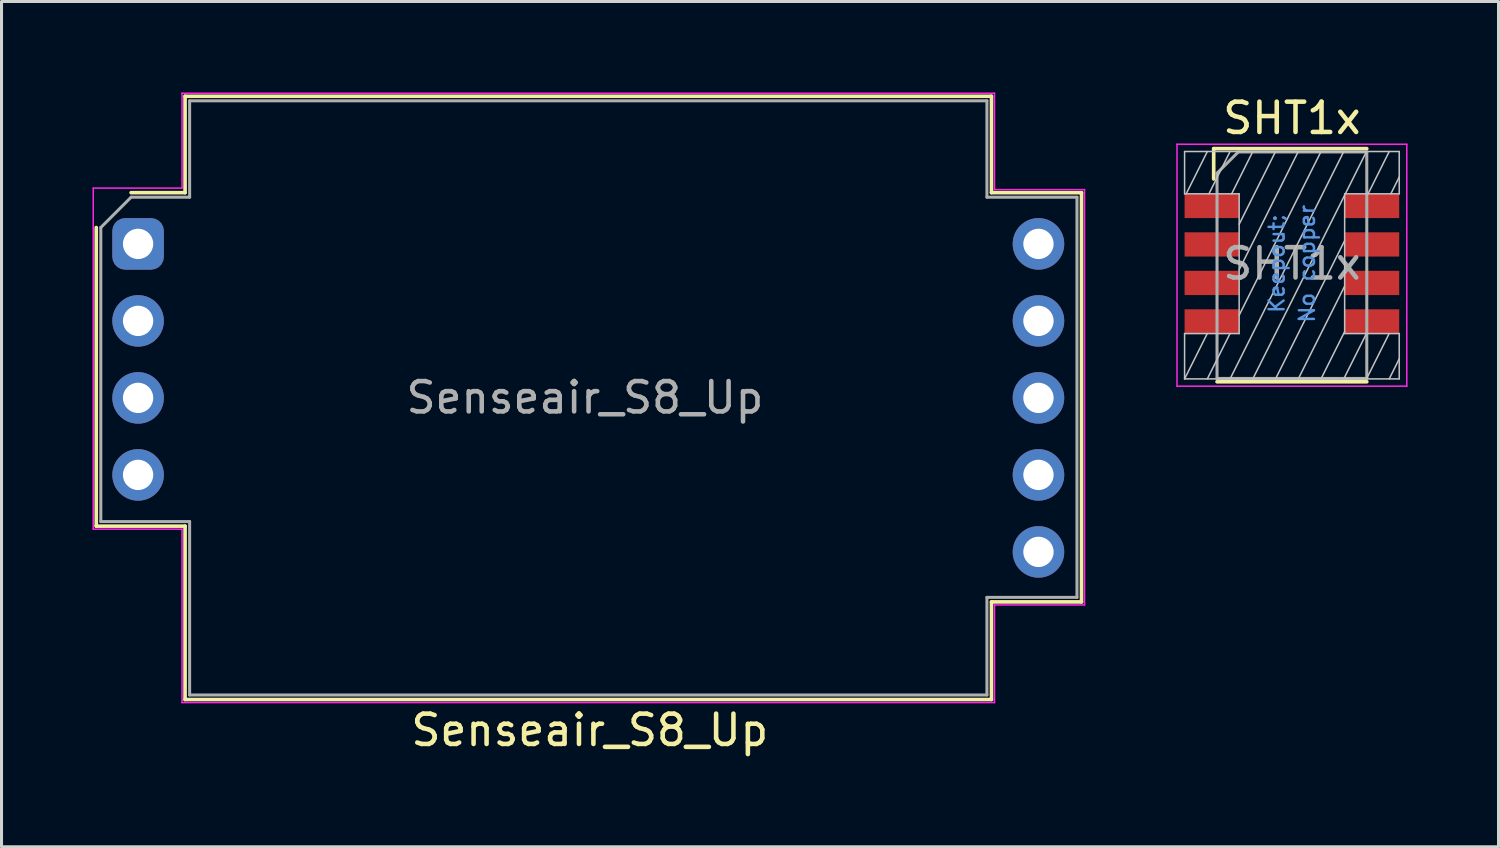
<source format=kicad_pcb>
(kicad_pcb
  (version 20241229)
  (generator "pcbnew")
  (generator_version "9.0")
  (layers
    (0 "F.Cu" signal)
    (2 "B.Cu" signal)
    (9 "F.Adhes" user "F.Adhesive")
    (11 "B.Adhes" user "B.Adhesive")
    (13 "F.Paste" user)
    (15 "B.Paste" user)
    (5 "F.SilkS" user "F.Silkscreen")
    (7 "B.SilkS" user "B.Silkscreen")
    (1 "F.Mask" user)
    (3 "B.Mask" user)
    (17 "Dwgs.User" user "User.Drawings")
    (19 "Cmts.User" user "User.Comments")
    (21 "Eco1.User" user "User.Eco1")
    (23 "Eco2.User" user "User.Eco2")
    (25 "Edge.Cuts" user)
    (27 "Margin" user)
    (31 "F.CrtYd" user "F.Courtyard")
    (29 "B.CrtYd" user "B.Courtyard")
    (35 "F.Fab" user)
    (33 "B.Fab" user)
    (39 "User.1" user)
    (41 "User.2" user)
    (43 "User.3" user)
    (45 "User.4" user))
  (footprint "SHT1x"
    (layer "F.Cu")
    (at 39.565 5.648)
    (property "Reference" "SHT1x" (at 0 -4.8 0) (layer "F.SilkS") (effects (font (size 1 1) (thickness 0.15))))
    (attr smd)
    (fp_line (start -2.58 -3.795) (end 2.47 -3.795) (stroke (width 0.12) (type solid)) (layer "F.SilkS"))
    (fp_line (start -2.58 -2.795) (end -2.58 -3.795) (stroke (width 0.12) (type solid)) (layer "F.SilkS"))
    (fp_line (start -2.47 3.895) (end 2.47 3.895) (stroke (width 0.12) (type solid)) (layer "F.SilkS"))
    (fp_line (start -3.54 -3.7) (end 3.54 -3.7) (stroke (width 0.05) (type solid)) (layer "Dwgs.User"))
    (fp_line (start -3.54 -2.305) (end -3.54 -3.7) (stroke (width 0.05) (type solid)) (layer "Dwgs.User"))
    (fp_line (start -3.54 2.305) (end -1.74 2.305) (stroke (width 0.05) (type solid)) (layer "Dwgs.User"))
    (fp_line (start -3.54 3.8) (end -3.54 2.305) (stroke (width 0.05) (type solid)) (layer "Dwgs.User"))
    (fp_line (start -3.54 3.8) (end -2.792 2.305) (stroke (width 0.05) (type solid)) (layer "Dwgs.User"))
    (fp_line (start -3.487 -2.305) (end -2.79 -3.7) (stroke (width 0.05) (type solid)) (layer "Dwgs.User"))
    (fp_line (start -2.79 3.8) (end -2.042 2.305) (stroke (width 0.05) (type solid)) (layer "Dwgs.User"))
    (fp_line (start -2.737 -2.305) (end -2.04 -3.7) (stroke (width 0.05) (type solid)) (layer "Dwgs.User"))
    (fp_line (start -2.04 3.8) (end 1.71 -3.7) (stroke (width 0.05) (type solid)) (layer "Dwgs.User"))
    (fp_line (start -1.987 -2.305) (end -1.29 -3.7) (stroke (width 0.05) (type solid)) (layer "Dwgs.User"))
    (fp_line (start -1.74 -2.305) (end -3.54 -2.305) (stroke (width 0.05) (type solid)) (layer "Dwgs.User"))
    (fp_line (start -1.74 -1.3) (end -0.54 -3.7) (stroke (width 0.05) (type solid)) (layer "Dwgs.User"))
    (fp_line (start -1.74 0.2) (end 0.21 -3.7) (stroke (width 0.05) (type solid)) (layer "Dwgs.User"))
    (fp_line (start -1.74 1.7) (end 0.96 -3.7) (stroke (width 0.05) (type solid)) (layer "Dwgs.User"))
    (fp_line (start -1.74 2.305) (end -1.74 -2.305) (stroke (width 0.05) (type solid)) (layer "Dwgs.User"))
    (fp_line (start -1.29 3.8) (end 1.74 -2.26) (stroke (width 0.05) (type solid)) (layer "Dwgs.User"))
    (fp_line (start -0.54 3.8) (end 1.74 -0.76) (stroke (width 0.05) (type solid)) (layer "Dwgs.User"))
    (fp_line (start 0.21 3.8) (end 1.74 0.74) (stroke (width 0.05) (type solid)) (layer "Dwgs.User"))
    (fp_line (start 0.96 3.8) (end 1.74 2.24) (stroke (width 0.05) (type solid)) (layer "Dwgs.User"))
    (fp_line (start 1.71 3.8) (end 2.458 2.305) (stroke (width 0.05) (type solid)) (layer "Dwgs.User"))
    (fp_line (start 1.74 -2.305) (end 1.74 2.305) (stroke (width 0.05) (type solid)) (layer "Dwgs.User"))
    (fp_line (start 1.74 2.305) (end 3.54 2.305) (stroke (width 0.05) (type solid)) (layer "Dwgs.User"))
    (fp_line (start 1.763 -2.305) (end 2.46 -3.7) (stroke (width 0.05) (type solid)) (layer "Dwgs.User"))
    (fp_line (start 2.46 3.8) (end 3.208 2.305) (stroke (width 0.05) (type solid)) (layer "Dwgs.User"))
    (fp_line (start 2.513 -2.305) (end 3.21 -3.7) (stroke (width 0.05) (type solid)) (layer "Dwgs.User"))
    (fp_line (start 3.21 3.8) (end 3.54 3.14) (stroke (width 0.05) (type solid)) (layer "Dwgs.User"))
    (fp_line (start 3.263 -2.305) (end 3.54 -2.86) (stroke (width 0.05) (type solid)) (layer "Dwgs.User"))
    (fp_line (start 3.54 -3.7) (end 3.54 -2.305) (stroke (width 0.05) (type solid)) (layer "Dwgs.User"))
    (fp_line (start 3.54 -2.305) (end 1.74 -2.305) (stroke (width 0.05) (type solid)) (layer "Dwgs.User"))
    (fp_line (start 3.54 2.305) (end 3.54 3.8) (stroke (width 0.05) (type solid)) (layer "Dwgs.User"))
    (fp_line (start 3.54 3.8) (end -3.54 3.8) (stroke (width 0.05) (type solid)) (layer "Dwgs.User"))
    (fp_line (start -3.79 -3.94) (end 3.79 -3.94) (stroke (width 0.05) (type solid)) (layer "F.CrtYd"))
    (fp_line (start -3.79 4.04) (end -3.79 -3.94) (stroke (width 0.05) (type solid)) (layer "F.CrtYd"))
    (fp_line (start 3.79 -3.94) (end 3.79 4.04) (stroke (width 0.05) (type solid)) (layer "F.CrtYd"))
    (fp_line (start 3.79 4.04) (end -3.79 4.04) (stroke (width 0.05) (type solid)) (layer "F.CrtYd"))
    (fp_line (start -2.47 -2.985) (end -1.77 -3.685) (stroke (width 0.1) (type solid)) (layer "F.Fab"))
    (fp_line (start -2.47 3.785) (end -2.47 -2.985) (stroke (width 0.1) (type solid)) (layer "F.Fab"))
    (fp_line (start -1.77 -3.685) (end 2.47 -3.685) (stroke (width 0.1) (type solid)) (layer "F.Fab"))
    (fp_line (start 2.47 -3.685) (end 2.47 3.785) (stroke (width 0.1) (type solid)) (layer "F.Fab"))
    (fp_line (start 2.47 3.785) (end -2.47 3.785) (stroke (width 0.1) (type solid)) (layer "F.Fab"))
    (fp_text user "No copper" (at 0.5 0 90) (layer "Cmts.User") (effects (font (size 0.5 0.5) (thickness 0.08))))
    (fp_text user "Keepout;" (at -0.5 0 90) (layer "Cmts.User") (effects (font (size 0.5 0.5) (thickness 0.08))))
    (fp_text user "${REFERENCE}" (at 0 0 0) (layer "F.Fab") (effects (font (size 1 1) (thickness 0.15))))
    (pad "1" smd rect (at -2.64 -1.905) (size 1.8 0.8) (layers "F.Cu" "F.Mask" "F.Paste"))
    (pad "2" smd rect (at -2.64 -0.635) (size 1.8 0.8) (layers "F.Cu" "F.Mask" "F.Paste"))
    (pad "3" smd rect (at -2.64 0.635) (size 1.8 0.8) (layers "F.Cu" "F.Mask" "F.Paste"))
    (pad "4" smd rect (at -2.64 1.905) (size 1.8 0.8) (layers "F.Cu" "F.Mask" "F.Paste"))
    (pad "5" smd rect (at 2.64 1.905) (size 1.8 0.8) (layers "F.Cu" "F.Mask" "F.Paste"))
    (pad "6" smd rect (at 2.64 0.635) (size 1.8 0.8) (layers "F.Cu" "F.Mask" "F.Paste"))
    (pad "7" smd rect (at 2.64 -0.635) (size 1.8 0.8) (layers "F.Cu" "F.Mask" "F.Paste"))
    (pad "8" smd rect (at 2.64 -1.905) (size 1.8 0.8) (layers "F.Cu" "F.Mask" "F.Paste")))
  (footprint "Senseair_S8_Up"
    (layer "F.Cu")
    (at 1.505 4.995)
    (property "Reference" "Senseair_S8_Up" (at 14.9 16.04 0) (layer "F.SilkS") (effects (font (size 1 1) (thickness 0.15))))
    (attr through_hole)
    (fp_line (start -1.38 9.31) (end -1.38 -0.54) (stroke (width 0.12) (type solid)) (layer "F.SilkS"))
    (fp_line (start 1.55 -4.87) (end 1.55 -1.69) (stroke (width 0.12) (type solid)) (layer "F.SilkS"))
    (fp_line (start 1.55 -4.87) (end 28.15 -4.87) (stroke (width 0.12) (type solid)) (layer "F.SilkS"))
    (fp_line (start 1.55 -1.69) (end -0.23 -1.69) (stroke (width 0.12) (type solid)) (layer "F.SilkS"))
    (fp_line (start 1.55 9.31) (end -1.38 9.31) (stroke (width 0.12) (type solid)) (layer "F.SilkS"))
    (fp_line (start 1.55 9.31) (end 1.55 15.03) (stroke (width 0.12) (type solid)) (layer "F.SilkS"))
    (fp_line (start 28.15 -1.69) (end 28.15 -4.87) (stroke (width 0.12) (type solid)) (layer "F.SilkS"))
    (fp_line (start 28.15 15.03) (end 1.55 15.03) (stroke (width 0.12) (type solid)) (layer "F.SilkS"))
    (fp_line (start 28.15 15.03) (end 28.15 11.81) (stroke (width 0.12) (type solid)) (layer "F.SilkS"))
    (fp_line (start 31.12 -1.69) (end 28.15 -1.69) (stroke (width 0.12) (type solid)) (layer "F.SilkS"))
    (fp_line (start 31.12 11.81) (end 28.15 11.81) (stroke (width 0.12) (type solid)) (layer "F.SilkS"))
    (fp_line (start 31.12 11.81) (end 31.12 -1.69) (stroke (width 0.12) (type solid)) (layer "F.SilkS"))
    (fp_line (start -1.48 9.41) (end -1.48 -1.84) (stroke (width 0.05) (type solid)) (layer "F.CrtYd"))
    (fp_line (start 1.45 -4.97) (end 1.45 -1.84) (stroke (width 0.05) (type solid)) (layer "F.CrtYd"))
    (fp_line (start 1.45 -4.97) (end 28.25 -4.97) (stroke (width 0.05) (type solid)) (layer "F.CrtYd"))
    (fp_line (start 1.45 -1.84) (end -1.48 -1.84) (stroke (width 0.05) (type solid)) (layer "F.CrtYd"))
    (fp_line (start 1.45 9.41) (end -1.48 9.41) (stroke (width 0.05) (type solid)) (layer "F.CrtYd"))
    (fp_line (start 1.45 9.41) (end 1.45 15.13) (stroke (width 0.05) (type solid)) (layer "F.CrtYd"))
    (fp_line (start 28.25 -1.79) (end 28.25 -4.97) (stroke (width 0.05) (type solid)) (layer "F.CrtYd"))
    (fp_line (start 28.25 15.13) (end 1.45 15.13) (stroke (width 0.05) (type solid)) (layer "F.CrtYd"))
    (fp_line (start 28.25 15.13) (end 28.25 11.91) (stroke (width 0.05) (type solid)) (layer "F.CrtYd"))
    (fp_line (start 31.22 -1.79) (end 28.25 -1.79) (stroke (width 0.05) (type solid)) (layer "F.CrtYd"))
    (fp_line (start 31.22 11.91) (end 28.25 11.91) (stroke (width 0.05) (type solid)) (layer "F.CrtYd"))
    (fp_line (start 31.22 11.91) (end 31.22 -1.79) (stroke (width 0.05) (type solid)) (layer "F.CrtYd"))
    (fp_line (start -1.23 -0.54) (end -0.23 -1.54) (stroke (width 0.1) (type solid)) (layer "F.Fab"))
    (fp_line (start -1.23 9.16) (end -1.23 -0.54) (stroke (width 0.1) (type solid)) (layer "F.Fab"))
    (fp_line (start 1.7 -4.72) (end 1.7 -1.54) (stroke (width 0.1) (type solid)) (layer "F.Fab"))
    (fp_line (start 1.7 -4.72) (end 28 -4.72) (stroke (width 0.1) (type solid)) (layer "F.Fab"))
    (fp_line (start 1.7 -1.54) (end -0.23 -1.54) (stroke (width 0.1) (type solid)) (layer "F.Fab"))
    (fp_line (start 1.7 9.16) (end -1.23 9.16) (stroke (width 0.1) (type solid)) (layer "F.Fab"))
    (fp_line (start 1.7 9.16) (end 1.7 14.88) (stroke (width 0.1) (type solid)) (layer "F.Fab"))
    (fp_line (start 28 -1.54) (end 28 -4.72) (stroke (width 0.1) (type solid)) (layer "F.Fab"))
    (fp_line (start 28 14.88) (end 1.7 14.88) (stroke (width 0.1) (type solid)) (layer "F.Fab"))
    (fp_line (start 28 14.88) (end 28 11.66) (stroke (width 0.1) (type solid)) (layer "F.Fab"))
    (fp_line (start 30.97 -1.54) (end 28 -1.54) (stroke (width 0.1) (type solid)) (layer "F.Fab"))
    (fp_line (start 30.97 11.66) (end 28 11.66) (stroke (width 0.1) (type solid)) (layer "F.Fab"))
    (fp_line (start 30.97 11.66) (end 30.97 -1.54) (stroke (width 0.1) (type solid)) (layer "F.Fab"))
    (fp_text user "${REFERENCE}" (at 14.74 5.07 180) (layer "F.Fab") (effects (font (size 1 1) (thickness 0.15))))
    (pad "1" thru_hole roundrect (at 0 0 180) (size 1.7 1.7) (drill 1) (layers "*.Cu" "*.Mask") (roundrect_rratio 0.25))
    (pad "2" thru_hole circle (at 0 2.54 180) (size 1.7 1.7) (drill 1) (layers "*.Cu" "*.Mask"))
    (pad "3" thru_hole circle (at 0 5.08 180) (size 1.7 1.7) (drill 1) (layers "*.Cu" "*.Mask"))
    (pad "4" thru_hole circle (at 0 7.62 180) (size 1.7 1.7) (drill 1) (layers "*.Cu" "*.Mask"))
    (pad "5" thru_hole circle (at 29.7 10.16 180) (size 1.7 1.7) (drill 1) (layers "*.Cu" "*.Mask"))
    (pad "6" thru_hole circle (at 29.7 7.62 180) (size 1.7 1.7) (drill 1) (layers "*.Cu" "*.Mask"))
    (pad "7" thru_hole circle (at 29.7 5.08 180) (size 1.7 1.7) (drill 1) (layers "*.Cu" "*.Mask"))
    (pad "8" thru_hole circle (at 29.7 2.54 180) (size 1.7 1.7) (drill 1) (layers "*.Cu" "*.Mask"))
    (pad "9" thru_hole circle (at 29.7 0 180) (size 1.7 1.7) (drill 1) (layers "*.Cu" "*.Mask")))
  (gr_rect
    (start -3 -3)
    (end 46.38 24.883)
    (stroke (width 0.1) (type default))
    (fill no)
    (layer "Edge.Cuts")))
</source>
